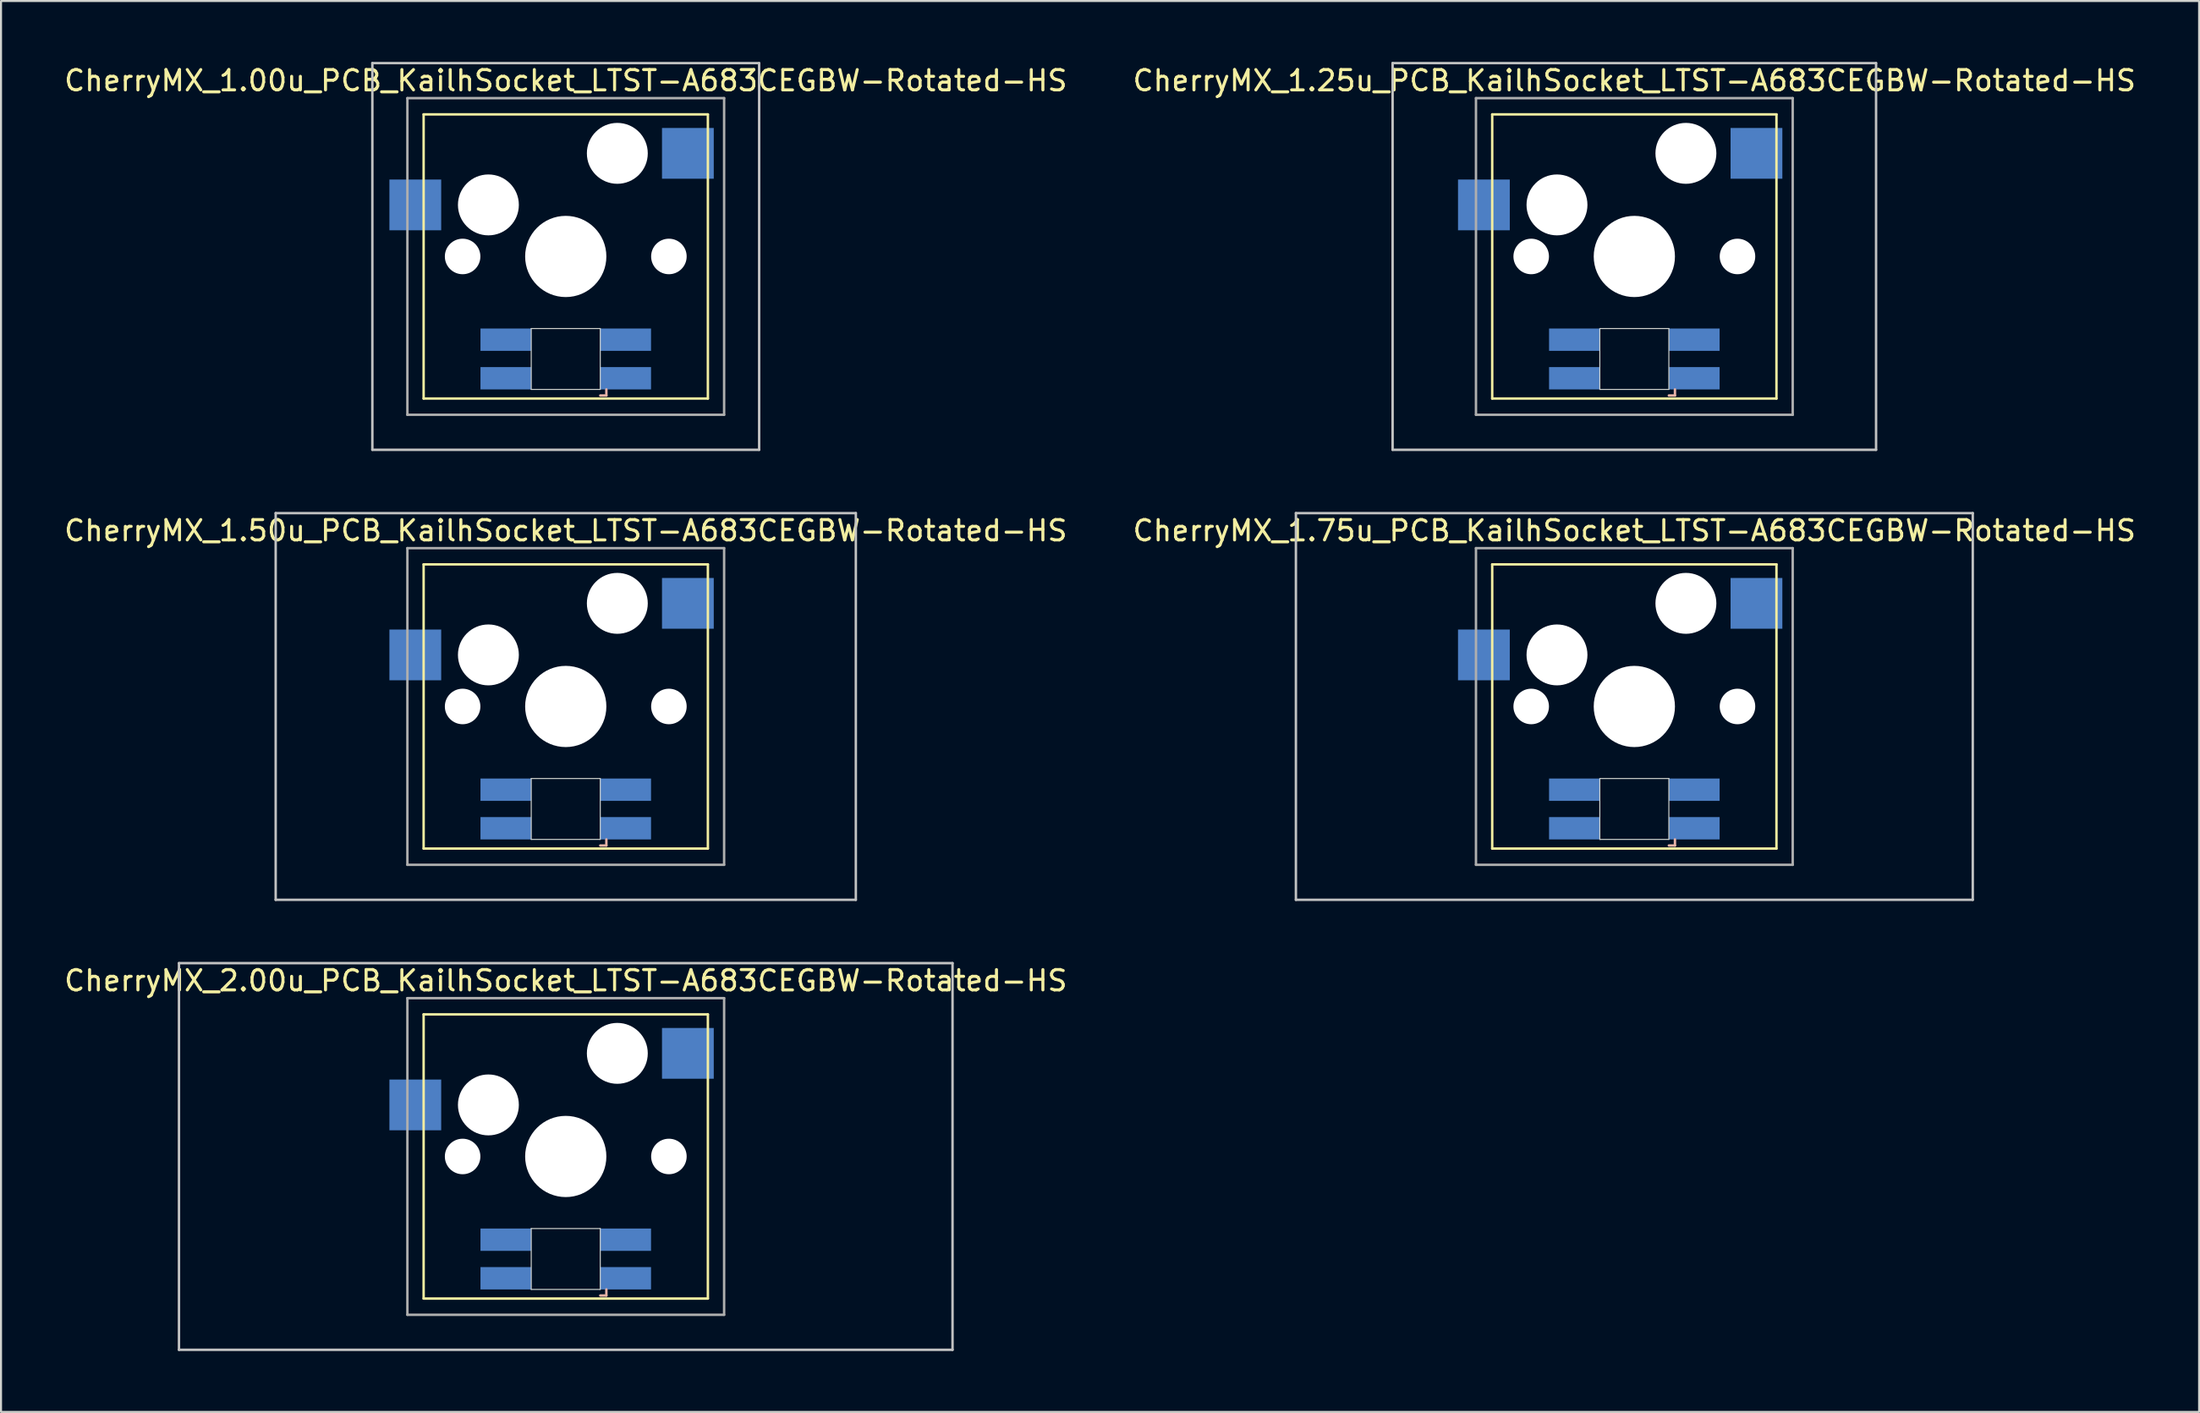
<source format=kicad_pcb>
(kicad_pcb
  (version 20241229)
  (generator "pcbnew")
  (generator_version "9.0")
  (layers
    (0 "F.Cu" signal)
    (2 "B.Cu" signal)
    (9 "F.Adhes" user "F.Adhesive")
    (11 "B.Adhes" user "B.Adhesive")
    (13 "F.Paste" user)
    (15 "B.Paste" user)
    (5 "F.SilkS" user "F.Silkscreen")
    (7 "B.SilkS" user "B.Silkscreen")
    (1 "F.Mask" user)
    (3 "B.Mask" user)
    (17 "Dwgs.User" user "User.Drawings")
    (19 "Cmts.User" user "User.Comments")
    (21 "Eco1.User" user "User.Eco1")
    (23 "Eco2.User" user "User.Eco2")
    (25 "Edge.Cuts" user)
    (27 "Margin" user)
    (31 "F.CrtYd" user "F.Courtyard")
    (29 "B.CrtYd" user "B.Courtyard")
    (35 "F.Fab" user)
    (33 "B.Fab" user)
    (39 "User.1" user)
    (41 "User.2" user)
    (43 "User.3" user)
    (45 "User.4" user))
  (footprint "CherryMX_1.50u_PCB_KailhSocket_LTST-A683CEGBW-Rotated-HS"
    (layer "F.Cu")
    (at 24.815 31.755)
    (property "Reference" "CherryMX_1.50u_PCB_KailhSocket_LTST-A683CEGBW-Rotated-HS" (at 0 -8.662 0) (layer "F.SilkS") (effects (font (size 1 1) (thickness 0.15))))
    (attr through_hole)
    (fp_line (start -7 -7) (end -7 7) (stroke (width 0.12) (type solid)) (layer "F.SilkS"))
    (fp_line (start -7 -7) (end 7 -7) (stroke (width 0.12) (type solid)) (layer "F.SilkS"))
    (fp_line (start 7 -7) (end 7 7) (stroke (width 0.12) (type solid)) (layer "F.SilkS"))
    (fp_line (start 7 7) (end -7 7) (stroke (width 0.12) (type solid)) (layer "F.SilkS"))
    (fp_line (start 1.7 6.85) (end 2 6.85) (stroke (width 0.12) (type solid)) (layer "B.SilkS"))
    (fp_line (start 2 6.85) (end 2 6.55) (stroke (width 0.12) (type solid)) (layer "B.SilkS"))
    (fp_line (start -14.287 -9.525) (end 14.287 -9.525) (stroke (width 0.12) (type solid)) (layer "Dwgs.User"))
    (fp_line (start -14.287 9.525) (end -14.287 -9.525) (stroke (width 0.12) (type solid)) (layer "Dwgs.User"))
    (fp_line (start 14.287 -9.525) (end 14.287 9.525) (stroke (width 0.12) (type solid)) (layer "Dwgs.User"))
    (fp_line (start 14.287 9.525) (end -14.287 9.525) (stroke (width 0.12) (type solid)) (layer "Dwgs.User"))
    (fp_line (start -1.7 3.55) (end 1.7 3.55) (stroke (width 0.05) (type solid)) (layer "Edge.Cuts"))
    (fp_line (start -1.7 6.55) (end -1.7 3.55) (stroke (width 0.05) (type solid)) (layer "Edge.Cuts"))
    (fp_line (start 1.7 3.55) (end 1.7 6.55) (stroke (width 0.05) (type solid)) (layer "Edge.Cuts"))
    (fp_line (start 1.7 6.55) (end -1.7 6.55) (stroke (width 0.05) (type solid)) (layer "Edge.Cuts"))
    (fp_line (start -7.8 -7.8) (end -7.8 7.8) (stroke (width 0.12) (type solid)) (layer "F.Fab"))
    (fp_line (start -7.8 -7.8) (end 7.8 -7.8) (stroke (width 0.12) (type solid)) (layer "F.Fab"))
    (fp_line (start -7.8 7.8) (end 7.8 7.8) (stroke (width 0.12) (type solid)) (layer "F.Fab"))
    (fp_line (start 7.8 -7.8) (end 7.8 7.8) (stroke (width 0.12) (type solid)) (layer "F.Fab"))
    (pad "" np_thru_hole circle (at -5.08 0) (size 1.75 1.75) (drill 1.75) (layers "*.Cu" "*.Mask"))
    (pad "" np_thru_hole circle (at -3.81 -2.54) (size 3 3) (drill 3) (layers "*.Cu" "*.Mask"))
    (pad "" np_thru_hole circle (at 0 0) (size 4 4) (drill 4) (layers "*.Cu" "*.Mask"))
    (pad "" np_thru_hole circle (at 2.54 -5.08) (size 3 3) (drill 3) (layers "*.Cu" "*.Mask"))
    (pad "" np_thru_hole circle (at 5.08 0) (size 1.75 1.75) (drill 1.75) (layers "*.Cu" "*.Mask"))
    (pad "1" smd rect (at -7.41 -2.54) (size 2.55 2.5) (layers "B.Cu" "B.Mask" "B.Paste"))
    (pad "2" smd rect (at 6.015 -5.08) (size 2.55 2.5) (layers "B.Cu" "B.Mask" "B.Paste"))
    (pad "3" smd rect (at 2.95 6) (size 2.5 1.1) (layers "B.Cu" "B.Mask" "B.Paste"))
    (pad "4" smd rect (at 2.95 4.1) (size 2.5 1.1) (layers "B.Cu" "B.Mask" "B.Paste"))
    (pad "5" smd rect (at -2.95 6) (size 2.5 1.1) (layers "B.Cu" "B.Mask" "B.Paste"))
    (pad "6" smd rect (at -2.95 4.1) (size 2.5 1.1) (layers "B.Cu" "B.Mask" "B.Paste")))
  (footprint "CherryMX_2.00u_PCB_KailhSocket_LTST-A683CEGBW-Rotated-HS"
    (layer "F.Cu")
    (at 24.815 53.925)
    (property "Reference" "CherryMX_2.00u_PCB_KailhSocket_LTST-A683CEGBW-Rotated-HS" (at 0 -8.662 0) (layer "F.SilkS") (effects (font (size 1 1) (thickness 0.15))))
    (attr through_hole)
    (fp_line (start -7 -7) (end -7 7) (stroke (width 0.12) (type solid)) (layer "F.SilkS"))
    (fp_line (start -7 -7) (end 7 -7) (stroke (width 0.12) (type solid)) (layer "F.SilkS"))
    (fp_line (start 7 -7) (end 7 7) (stroke (width 0.12) (type solid)) (layer "F.SilkS"))
    (fp_line (start 7 7) (end -7 7) (stroke (width 0.12) (type solid)) (layer "F.SilkS"))
    (fp_line (start 1.7 6.85) (end 2 6.85) (stroke (width 0.12) (type solid)) (layer "B.SilkS"))
    (fp_line (start 2 6.85) (end 2 6.55) (stroke (width 0.12) (type solid)) (layer "B.SilkS"))
    (fp_line (start -19.05 -9.525) (end 19.05 -9.525) (stroke (width 0.12) (type solid)) (layer "Dwgs.User"))
    (fp_line (start -19.05 9.525) (end -19.05 -9.525) (stroke (width 0.12) (type solid)) (layer "Dwgs.User"))
    (fp_line (start 19.05 -9.525) (end 19.05 9.525) (stroke (width 0.12) (type solid)) (layer "Dwgs.User"))
    (fp_line (start 19.05 9.525) (end -19.05 9.525) (stroke (width 0.12) (type solid)) (layer "Dwgs.User"))
    (fp_line (start -1.7 3.55) (end 1.7 3.55) (stroke (width 0.05) (type solid)) (layer "Edge.Cuts"))
    (fp_line (start -1.7 6.55) (end -1.7 3.55) (stroke (width 0.05) (type solid)) (layer "Edge.Cuts"))
    (fp_line (start 1.7 3.55) (end 1.7 6.55) (stroke (width 0.05) (type solid)) (layer "Edge.Cuts"))
    (fp_line (start 1.7 6.55) (end -1.7 6.55) (stroke (width 0.05) (type solid)) (layer "Edge.Cuts"))
    (fp_line (start -7.8 -7.8) (end -7.8 7.8) (stroke (width 0.12) (type solid)) (layer "F.Fab"))
    (fp_line (start -7.8 -7.8) (end 7.8 -7.8) (stroke (width 0.12) (type solid)) (layer "F.Fab"))
    (fp_line (start -7.8 7.8) (end 7.8 7.8) (stroke (width 0.12) (type solid)) (layer "F.Fab"))
    (fp_line (start 7.8 -7.8) (end 7.8 7.8) (stroke (width 0.12) (type solid)) (layer "F.Fab"))
    (pad "" np_thru_hole circle (at -5.08 0) (size 1.75 1.75) (drill 1.75) (layers "*.Cu" "*.Mask"))
    (pad "" np_thru_hole circle (at -3.81 -2.54) (size 3 3) (drill 3) (layers "*.Cu" "*.Mask"))
    (pad "" np_thru_hole circle (at 0 0) (size 4 4) (drill 4) (layers "*.Cu" "*.Mask"))
    (pad "" np_thru_hole circle (at 2.54 -5.08) (size 3 3) (drill 3) (layers "*.Cu" "*.Mask"))
    (pad "" np_thru_hole circle (at 5.08 0) (size 1.75 1.75) (drill 1.75) (layers "*.Cu" "*.Mask"))
    (pad "1" smd rect (at -7.41 -2.54) (size 2.55 2.5) (layers "B.Cu" "B.Mask" "B.Paste"))
    (pad "2" smd rect (at 6.015 -5.08) (size 2.55 2.5) (layers "B.Cu" "B.Mask" "B.Paste"))
    (pad "3" smd rect (at 2.95 6) (size 2.5 1.1) (layers "B.Cu" "B.Mask" "B.Paste"))
    (pad "4" smd rect (at 2.95 4.1) (size 2.5 1.1) (layers "B.Cu" "B.Mask" "B.Paste"))
    (pad "5" smd rect (at -2.95 6) (size 2.5 1.1) (layers "B.Cu" "B.Mask" "B.Paste"))
    (pad "6" smd rect (at -2.95 4.1) (size 2.5 1.1) (layers "B.Cu" "B.Mask" "B.Paste")))
  (footprint "CherryMX_1.25u_PCB_KailhSocket_LTST-A683CEGBW-Rotated-HS"
    (layer "F.Cu")
    (at 77.446 9.585)
    (property "Reference" "CherryMX_1.25u_PCB_KailhSocket_LTST-A683CEGBW-Rotated-HS" (at 0 -8.662 0) (layer "F.SilkS") (effects (font (size 1 1) (thickness 0.15))))
    (attr through_hole)
    (fp_line (start -7 -7) (end -7 7) (stroke (width 0.12) (type solid)) (layer "F.SilkS"))
    (fp_line (start -7 -7) (end 7 -7) (stroke (width 0.12) (type solid)) (layer "F.SilkS"))
    (fp_line (start 7 -7) (end 7 7) (stroke (width 0.12) (type solid)) (layer "F.SilkS"))
    (fp_line (start 7 7) (end -7 7) (stroke (width 0.12) (type solid)) (layer "F.SilkS"))
    (fp_line (start 1.7 6.85) (end 2 6.85) (stroke (width 0.12) (type solid)) (layer "B.SilkS"))
    (fp_line (start 2 6.85) (end 2 6.55) (stroke (width 0.12) (type solid)) (layer "B.SilkS"))
    (fp_line (start -11.906 -9.525) (end 11.906 -9.525) (stroke (width 0.12) (type solid)) (layer "Dwgs.User"))
    (fp_line (start -11.906 9.525) (end -11.906 -9.525) (stroke (width 0.12) (type solid)) (layer "Dwgs.User"))
    (fp_line (start 11.906 -9.525) (end 11.906 9.525) (stroke (width 0.12) (type solid)) (layer "Dwgs.User"))
    (fp_line (start 11.906 9.525) (end -11.906 9.525) (stroke (width 0.12) (type solid)) (layer "Dwgs.User"))
    (fp_line (start -1.7 3.55) (end 1.7 3.55) (stroke (width 0.05) (type solid)) (layer "Edge.Cuts"))
    (fp_line (start -1.7 6.55) (end -1.7 3.55) (stroke (width 0.05) (type solid)) (layer "Edge.Cuts"))
    (fp_line (start 1.7 3.55) (end 1.7 6.55) (stroke (width 0.05) (type solid)) (layer "Edge.Cuts"))
    (fp_line (start 1.7 6.55) (end -1.7 6.55) (stroke (width 0.05) (type solid)) (layer "Edge.Cuts"))
    (fp_line (start -7.8 -7.8) (end -7.8 7.8) (stroke (width 0.12) (type solid)) (layer "F.Fab"))
    (fp_line (start -7.8 -7.8) (end 7.8 -7.8) (stroke (width 0.12) (type solid)) (layer "F.Fab"))
    (fp_line (start -7.8 7.8) (end 7.8 7.8) (stroke (width 0.12) (type solid)) (layer "F.Fab"))
    (fp_line (start 7.8 -7.8) (end 7.8 7.8) (stroke (width 0.12) (type solid)) (layer "F.Fab"))
    (pad "" np_thru_hole circle (at -5.08 0) (size 1.75 1.75) (drill 1.75) (layers "*.Cu" "*.Mask"))
    (pad "" np_thru_hole circle (at -3.81 -2.54) (size 3 3) (drill 3) (layers "*.Cu" "*.Mask"))
    (pad "" np_thru_hole circle (at 0 0) (size 4 4) (drill 4) (layers "*.Cu" "*.Mask"))
    (pad "" np_thru_hole circle (at 2.54 -5.08) (size 3 3) (drill 3) (layers "*.Cu" "*.Mask"))
    (pad "" np_thru_hole circle (at 5.08 0) (size 1.75 1.75) (drill 1.75) (layers "*.Cu" "*.Mask"))
    (pad "1" smd rect (at -7.41 -2.54) (size 2.55 2.5) (layers "B.Cu" "B.Mask" "B.Paste"))
    (pad "2" smd rect (at 6.015 -5.08) (size 2.55 2.5) (layers "B.Cu" "B.Mask" "B.Paste"))
    (pad "3" smd rect (at 2.95 6) (size 2.5 1.1) (layers "B.Cu" "B.Mask" "B.Paste"))
    (pad "4" smd rect (at 2.95 4.1) (size 2.5 1.1) (layers "B.Cu" "B.Mask" "B.Paste"))
    (pad "5" smd rect (at -2.95 6) (size 2.5 1.1) (layers "B.Cu" "B.Mask" "B.Paste"))
    (pad "6" smd rect (at -2.95 4.1) (size 2.5 1.1) (layers "B.Cu" "B.Mask" "B.Paste")))
  (footprint "CherryMX_1.00u_PCB_KailhSocket_LTST-A683CEGBW-Rotated-HS"
    (layer "F.Cu")
    (at 24.815 9.585)
    (property "Reference" "CherryMX_1.00u_PCB_KailhSocket_LTST-A683CEGBW-Rotated-HS" (at 0 -8.662 0) (layer "F.SilkS") (effects (font (size 1 1) (thickness 0.15))))
    (attr through_hole)
    (fp_line (start -7 -7) (end -7 7) (stroke (width 0.12) (type solid)) (layer "F.SilkS"))
    (fp_line (start -7 -7) (end 7 -7) (stroke (width 0.12) (type solid)) (layer "F.SilkS"))
    (fp_line (start 7 -7) (end 7 7) (stroke (width 0.12) (type solid)) (layer "F.SilkS"))
    (fp_line (start 7 7) (end -7 7) (stroke (width 0.12) (type solid)) (layer "F.SilkS"))
    (fp_line (start 1.7 6.85) (end 2 6.85) (stroke (width 0.12) (type solid)) (layer "B.SilkS"))
    (fp_line (start 2 6.85) (end 2 6.55) (stroke (width 0.12) (type solid)) (layer "B.SilkS"))
    (fp_line (start -9.525 -9.525) (end 9.525 -9.525) (stroke (width 0.12) (type solid)) (layer "Dwgs.User"))
    (fp_line (start -9.525 9.525) (end -9.525 -9.525) (stroke (width 0.12) (type solid)) (layer "Dwgs.User"))
    (fp_line (start 9.525 -9.525) (end 9.525 9.525) (stroke (width 0.12) (type solid)) (layer "Dwgs.User"))
    (fp_line (start 9.525 9.525) (end -9.525 9.525) (stroke (width 0.12) (type solid)) (layer "Dwgs.User"))
    (fp_line (start -1.7 3.55) (end 1.7 3.55) (stroke (width 0.05) (type solid)) (layer "Edge.Cuts"))
    (fp_line (start -1.7 6.55) (end -1.7 3.55) (stroke (width 0.05) (type solid)) (layer "Edge.Cuts"))
    (fp_line (start 1.7 3.55) (end 1.7 6.55) (stroke (width 0.05) (type solid)) (layer "Edge.Cuts"))
    (fp_line (start 1.7 6.55) (end -1.7 6.55) (stroke (width 0.05) (type solid)) (layer "Edge.Cuts"))
    (fp_line (start -7.8 -7.8) (end -7.8 7.8) (stroke (width 0.12) (type solid)) (layer "F.Fab"))
    (fp_line (start -7.8 -7.8) (end 7.8 -7.8) (stroke (width 0.12) (type solid)) (layer "F.Fab"))
    (fp_line (start -7.8 7.8) (end 7.8 7.8) (stroke (width 0.12) (type solid)) (layer "F.Fab"))
    (fp_line (start 7.8 -7.8) (end 7.8 7.8) (stroke (width 0.12) (type solid)) (layer "F.Fab"))
    (pad "" np_thru_hole circle (at -5.08 0) (size 1.75 1.75) (drill 1.75) (layers "*.Cu" "*.Mask"))
    (pad "" np_thru_hole circle (at -3.81 -2.54) (size 3 3) (drill 3) (layers "*.Cu" "*.Mask"))
    (pad "" np_thru_hole circle (at 0 0) (size 4 4) (drill 4) (layers "*.Cu" "*.Mask"))
    (pad "" np_thru_hole circle (at 2.54 -5.08) (size 3 3) (drill 3) (layers "*.Cu" "*.Mask"))
    (pad "" np_thru_hole circle (at 5.08 0) (size 1.75 1.75) (drill 1.75) (layers "*.Cu" "*.Mask"))
    (pad "1" smd rect (at -7.41 -2.54) (size 2.55 2.5) (layers "B.Cu" "B.Mask" "B.Paste"))
    (pad "2" smd rect (at 6.015 -5.08) (size 2.55 2.5) (layers "B.Cu" "B.Mask" "B.Paste"))
    (pad "3" smd rect (at 2.95 6) (size 2.5 1.1) (layers "B.Cu" "B.Mask" "B.Paste"))
    (pad "4" smd rect (at 2.95 4.1) (size 2.5 1.1) (layers "B.Cu" "B.Mask" "B.Paste"))
    (pad "5" smd rect (at -2.95 6) (size 2.5 1.1) (layers "B.Cu" "B.Mask" "B.Paste"))
    (pad "6" smd rect (at -2.95 4.1) (size 2.5 1.1) (layers "B.Cu" "B.Mask" "B.Paste")))
  (footprint "CherryMX_1.75u_PCB_KailhSocket_LTST-A683CEGBW-Rotated-HS"
    (layer "F.Cu")
    (at 77.446 31.755)
    (property "Reference" "CherryMX_1.75u_PCB_KailhSocket_LTST-A683CEGBW-Rotated-HS" (at 0 -8.662 0) (layer "F.SilkS") (effects (font (size 1 1) (thickness 0.15))))
    (attr through_hole)
    (fp_line (start -7 -7) (end -7 7) (stroke (width 0.12) (type solid)) (layer "F.SilkS"))
    (fp_line (start -7 -7) (end 7 -7) (stroke (width 0.12) (type solid)) (layer "F.SilkS"))
    (fp_line (start 7 -7) (end 7 7) (stroke (width 0.12) (type solid)) (layer "F.SilkS"))
    (fp_line (start 7 7) (end -7 7) (stroke (width 0.12) (type solid)) (layer "F.SilkS"))
    (fp_line (start 1.7 6.85) (end 2 6.85) (stroke (width 0.12) (type solid)) (layer "B.SilkS"))
    (fp_line (start 2 6.85) (end 2 6.55) (stroke (width 0.12) (type solid)) (layer "B.SilkS"))
    (fp_line (start -16.669 -9.525) (end 16.669 -9.525) (stroke (width 0.12) (type solid)) (layer "Dwgs.User"))
    (fp_line (start -16.669 9.525) (end -16.669 -9.525) (stroke (width 0.12) (type solid)) (layer "Dwgs.User"))
    (fp_line (start 16.669 -9.525) (end 16.669 9.525) (stroke (width 0.12) (type solid)) (layer "Dwgs.User"))
    (fp_line (start 16.669 9.525) (end -16.669 9.525) (stroke (width 0.12) (type solid)) (layer "Dwgs.User"))
    (fp_line (start -1.7 3.55) (end 1.7 3.55) (stroke (width 0.05) (type solid)) (layer "Edge.Cuts"))
    (fp_line (start -1.7 6.55) (end -1.7 3.55) (stroke (width 0.05) (type solid)) (layer "Edge.Cuts"))
    (fp_line (start 1.7 3.55) (end 1.7 6.55) (stroke (width 0.05) (type solid)) (layer "Edge.Cuts"))
    (fp_line (start 1.7 6.55) (end -1.7 6.55) (stroke (width 0.05) (type solid)) (layer "Edge.Cuts"))
    (fp_line (start -7.8 -7.8) (end -7.8 7.8) (stroke (width 0.12) (type solid)) (layer "F.Fab"))
    (fp_line (start -7.8 -7.8) (end 7.8 -7.8) (stroke (width 0.12) (type solid)) (layer "F.Fab"))
    (fp_line (start -7.8 7.8) (end 7.8 7.8) (stroke (width 0.12) (type solid)) (layer "F.Fab"))
    (fp_line (start 7.8 -7.8) (end 7.8 7.8) (stroke (width 0.12) (type solid)) (layer "F.Fab"))
    (pad "" np_thru_hole circle (at -5.08 0) (size 1.75 1.75) (drill 1.75) (layers "*.Cu" "*.Mask"))
    (pad "" np_thru_hole circle (at -3.81 -2.54) (size 3 3) (drill 3) (layers "*.Cu" "*.Mask"))
    (pad "" np_thru_hole circle (at 0 0) (size 4 4) (drill 4) (layers "*.Cu" "*.Mask"))
    (pad "" np_thru_hole circle (at 2.54 -5.08) (size 3 3) (drill 3) (layers "*.Cu" "*.Mask"))
    (pad "" np_thru_hole circle (at 5.08 0) (size 1.75 1.75) (drill 1.75) (layers "*.Cu" "*.Mask"))
    (pad "1" smd rect (at -7.41 -2.54) (size 2.55 2.5) (layers "B.Cu" "B.Mask" "B.Paste"))
    (pad "2" smd rect (at 6.015 -5.08) (size 2.55 2.5) (layers "B.Cu" "B.Mask" "B.Paste"))
    (pad "3" smd rect (at 2.95 6) (size 2.5 1.1) (layers "B.Cu" "B.Mask" "B.Paste"))
    (pad "4" smd rect (at 2.95 4.1) (size 2.5 1.1) (layers "B.Cu" "B.Mask" "B.Paste"))
    (pad "5" smd rect (at -2.95 6) (size 2.5 1.1) (layers "B.Cu" "B.Mask" "B.Paste"))
    (pad "6" smd rect (at -2.95 4.1) (size 2.5 1.1) (layers "B.Cu" "B.Mask" "B.Paste")))
  (gr_rect
    (start -3 -3)
    (end 105.262 66.51)
    (stroke (width 0.1) (type default))
    (fill no)
    (layer "Edge.Cuts")))
</source>
